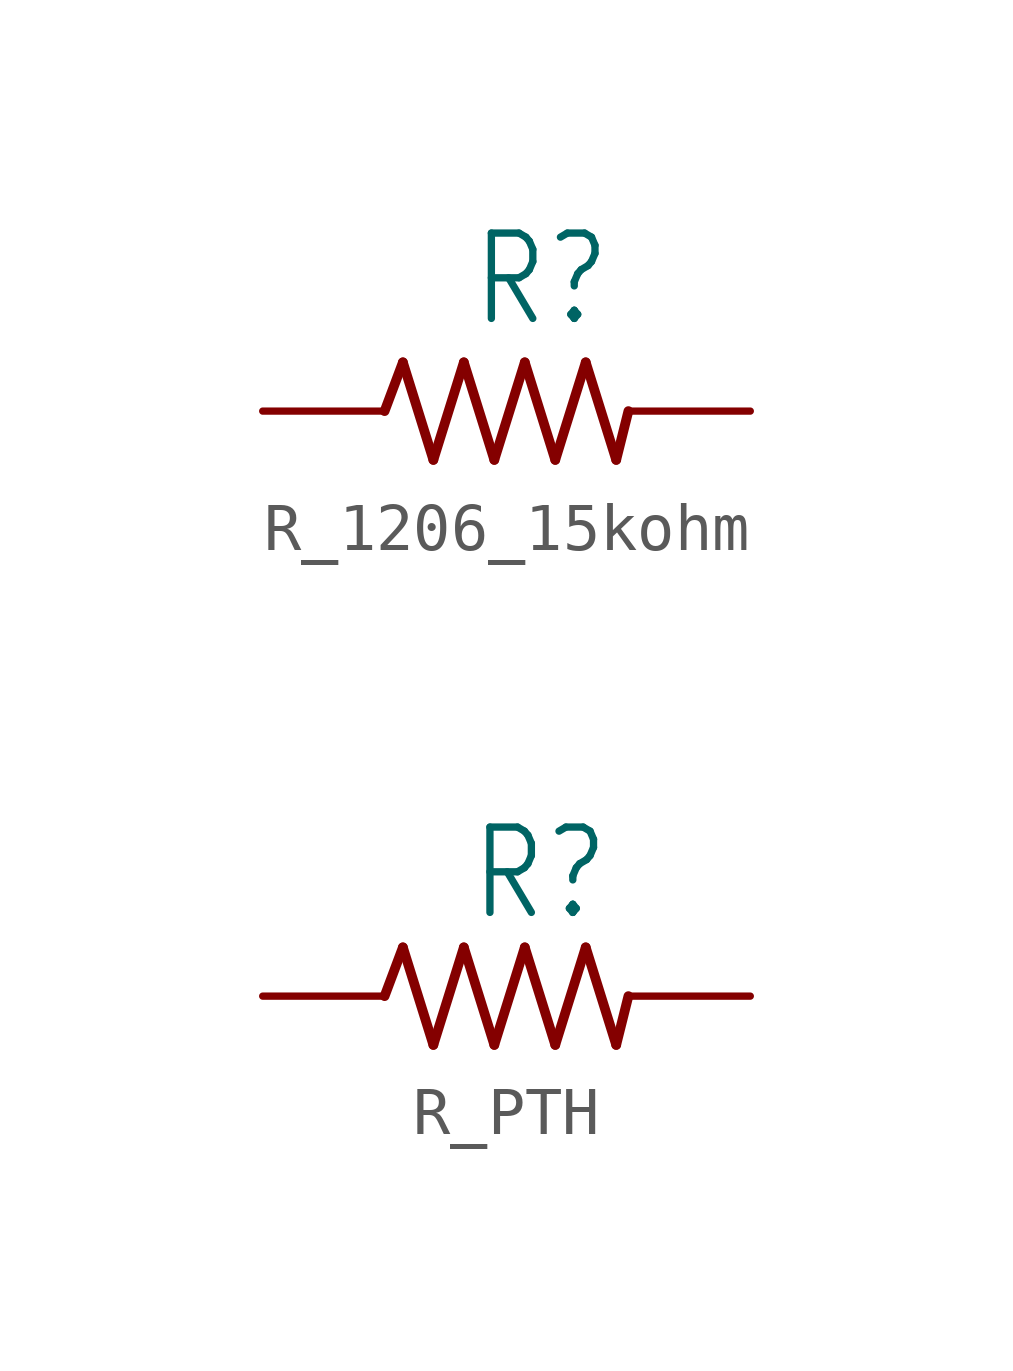
<source format=kicad_sym>
(kicad_symbol_lib
  (version 20220914)
  (generator kicad_symbol_editor)
  (symbol "R_1206_15kohm"
    (pin_numbers hide)
    (pin_names hide)
    (property "Reference" "R"
      (at -0.775 1.706 0)
      (effects (font (size 1.778 1.511)) (justify left bottom)))
    (symbol "R_1206_15kohm_1_0"
      (polyline (pts (xy -2.54 0) (xy -2.159 1.016)) (stroke (width 0.203) (type solid)) (fill (type none)))
      (polyline (pts (xy -2.159 1.016) (xy -1.524 -1.016)) (stroke (width 0.203) (type solid)) (fill (type none)))
      (polyline (pts (xy -1.524 -1.016) (xy -0.889 1.016)) (stroke (width 0.203) (type solid)) (fill (type none)))
      (polyline (pts (xy -0.889 1.016) (xy -0.254 -1.016)) (stroke (width 0.203) (type solid)) (fill (type none)))
      (polyline (pts (xy -0.254 -1.016) (xy 0.381 1.016)) (stroke (width 0.203) (type solid)) (fill (type none)))
      (polyline (pts (xy 0.381 1.016) (xy 1.016 -1.016)) (stroke (width 0.203) (type solid)) (fill (type none)))
      (polyline (pts (xy 1.016 -1.016) (xy 1.651 1.016)) (stroke (width 0.203) (type solid)) (fill (type none)))
      (polyline (pts (xy 1.651 1.016) (xy 2.286 -1.016)) (stroke (width 0.203) (type solid)) (fill (type none)))
      (polyline (pts (xy 2.286 -1.016) (xy 2.54 0)) (stroke (width 0.203) (type solid)) (fill (type none)))
      (pin passive line (at -5.08 0 0) (length 2.54) (name "1" (effects (font (size 0 0)))) (number "1" (effects (font (size 0 0)))))
      (pin passive line (at 5.08 0 180) (length 2.54) (name "2" (effects (font (size 0 0)))) (number "2" (effects (font (size 0 0)))))))
  (symbol "R_PTH"
    (pin_numbers hide)
    (pin_names hide)
    (property "Reference" "R"
      (at -0.805 1.519 0)
      (effects (font (size 1.778 1.511)) (justify left bottom)))
    (symbol "R_PTH_1_0"
      (polyline (pts (xy -2.54 0) (xy -2.159 1.016)) (stroke (width 0.203) (type solid)) (fill (type none)))
      (polyline (pts (xy -2.159 1.016) (xy -1.524 -1.016)) (stroke (width 0.203) (type solid)) (fill (type none)))
      (polyline (pts (xy -1.524 -1.016) (xy -0.889 1.016)) (stroke (width 0.203) (type solid)) (fill (type none)))
      (polyline (pts (xy -0.889 1.016) (xy -0.254 -1.016)) (stroke (width 0.203) (type solid)) (fill (type none)))
      (polyline (pts (xy -0.254 -1.016) (xy 0.381 1.016)) (stroke (width 0.203) (type solid)) (fill (type none)))
      (polyline (pts (xy 0.381 1.016) (xy 1.016 -1.016)) (stroke (width 0.203) (type solid)) (fill (type none)))
      (polyline (pts (xy 1.016 -1.016) (xy 1.651 1.016)) (stroke (width 0.203) (type solid)) (fill (type none)))
      (polyline (pts (xy 1.651 1.016) (xy 2.286 -1.016)) (stroke (width 0.203) (type solid)) (fill (type none)))
      (polyline (pts (xy 2.286 -1.016) (xy 2.54 0)) (stroke (width 0.203) (type solid)) (fill (type none)))
      (pin passive line (at -5.08 0 0) (length 2.54) (name "1" (effects (font (size 0 0)))) (number "1" (effects (font (size 0 0)))))
      (pin passive line (at 5.08 0 180) (length 2.54) (name "2" (effects (font (size 0 0)))) (number "2" (effects (font (size 0 0))))))))
</source>
